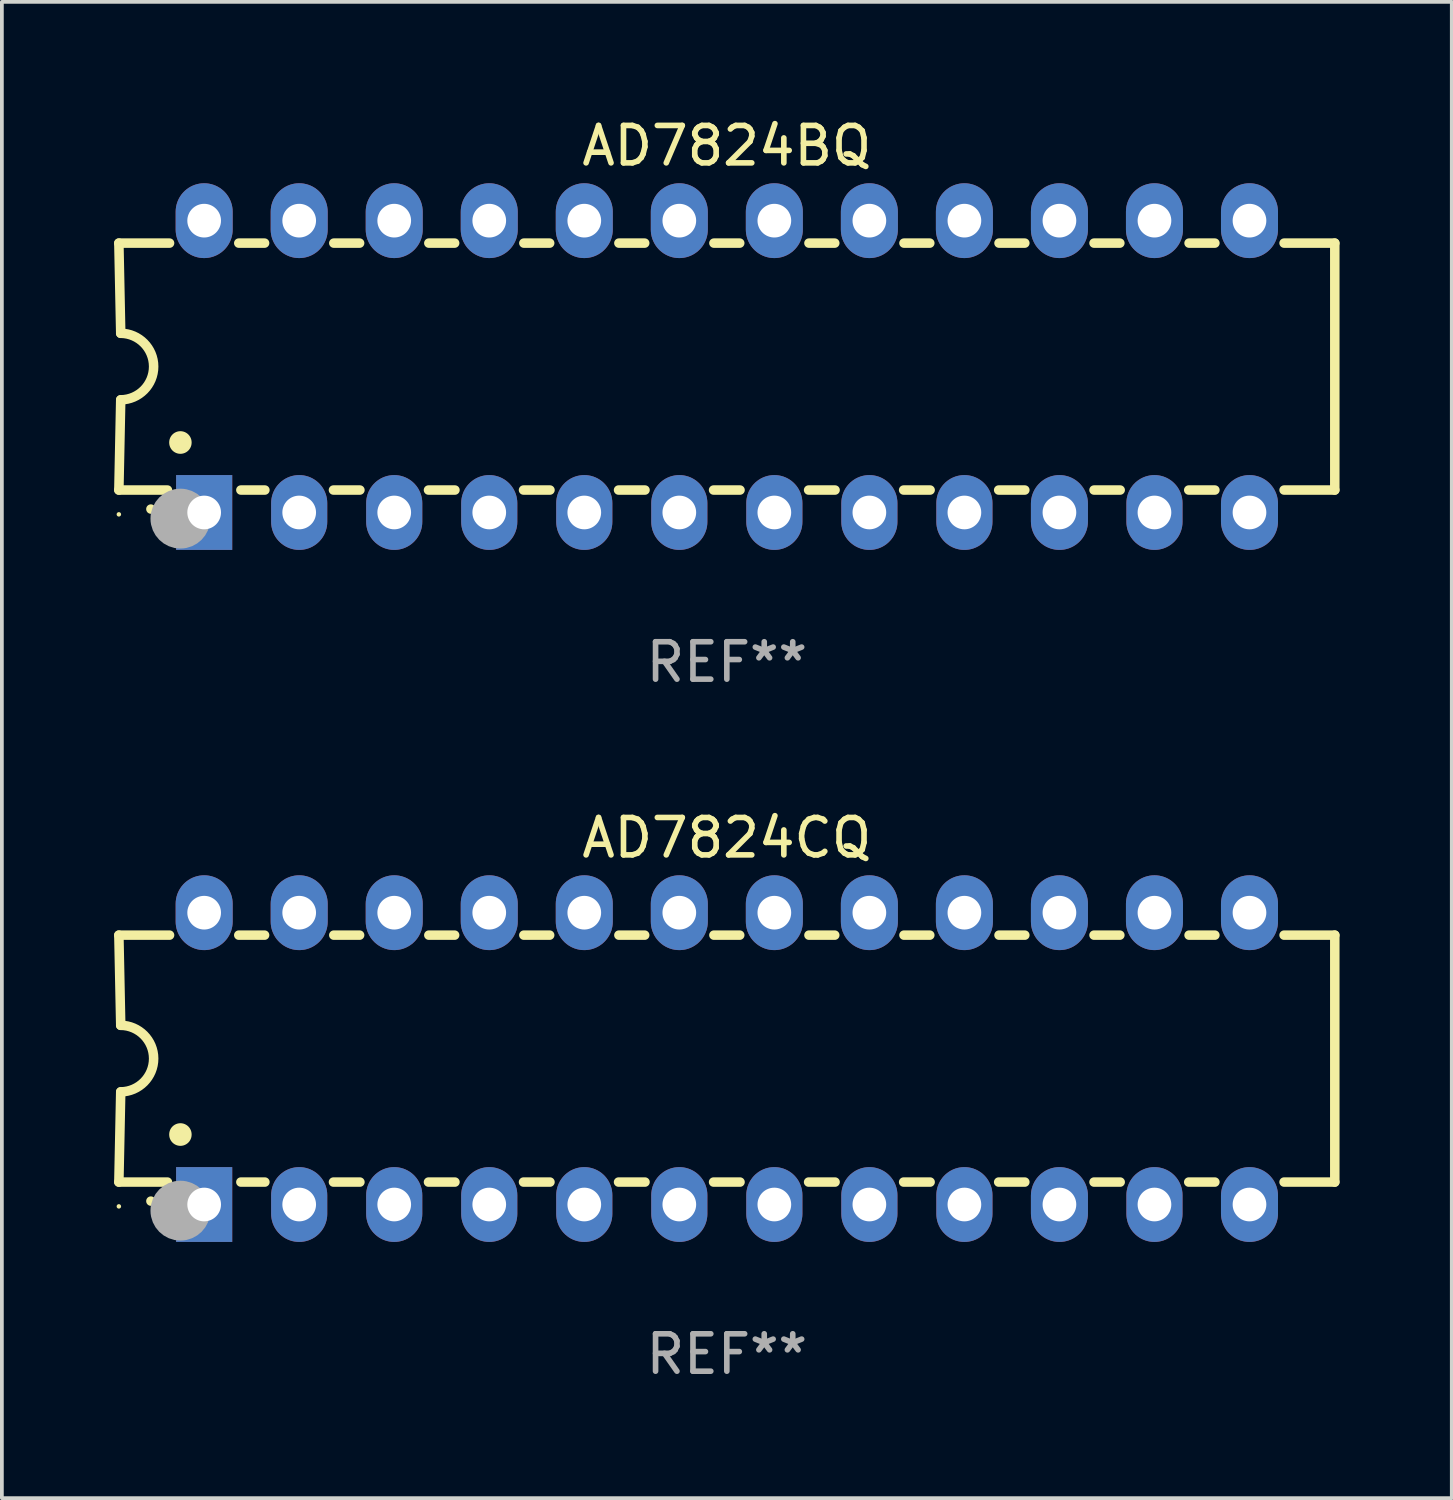
<source format=kicad_pcb>
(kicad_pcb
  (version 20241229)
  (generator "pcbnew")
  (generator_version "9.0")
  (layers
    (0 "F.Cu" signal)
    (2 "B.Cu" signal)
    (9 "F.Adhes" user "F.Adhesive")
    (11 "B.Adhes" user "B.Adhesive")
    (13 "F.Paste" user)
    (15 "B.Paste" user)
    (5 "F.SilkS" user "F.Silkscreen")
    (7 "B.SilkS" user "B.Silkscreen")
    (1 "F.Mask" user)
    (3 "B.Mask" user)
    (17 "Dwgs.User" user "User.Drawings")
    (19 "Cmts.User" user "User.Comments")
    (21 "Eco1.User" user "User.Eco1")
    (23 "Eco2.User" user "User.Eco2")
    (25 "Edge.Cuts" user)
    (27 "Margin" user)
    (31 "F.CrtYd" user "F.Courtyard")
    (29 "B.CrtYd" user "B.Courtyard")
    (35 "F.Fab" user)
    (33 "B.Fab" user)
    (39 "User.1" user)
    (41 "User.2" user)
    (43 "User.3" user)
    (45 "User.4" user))
  (footprint "AD7824BQ"
    (layer "F.Cu")
    (at 16.377 6.748)
    (property "Reference" "AD7824BQ" (at 0 -5.9 0) (layer "F.SilkS") (effects (font (size 1 1) (thickness 0.15))))
    (attr through_hole)
    (fp_line (start -16.25 -3.3) (end -16.2 -0.889) (stroke (width 0.254) (type solid)) (layer "F.SilkS"))
    (fp_line (start -16.25 -3.3) (end -14.895 -3.3) (stroke (width 0.254) (type solid)) (layer "F.SilkS"))
    (fp_line (start -16.25 3.3) (end -16.2 0.889) (stroke (width 0.254) (type solid)) (layer "F.SilkS"))
    (fp_line (start -16.25 3.3) (end -14.951 3.3) (stroke (width 0.254) (type solid)) (layer "F.SilkS"))
    (fp_line (start -13.045 -3.3) (end -12.355 -3.3) (stroke (width 0.254) (type solid)) (layer "F.SilkS"))
    (fp_line (start -12.989 3.3) (end -12.347 3.3) (stroke (width 0.254) (type solid)) (layer "F.SilkS"))
    (fp_line (start -10.514 3.3) (end -9.807 3.3) (stroke (width 0.254) (type solid)) (layer "F.SilkS"))
    (fp_line (start -10.505 -3.3) (end -9.815 -3.3) (stroke (width 0.254) (type solid)) (layer "F.SilkS"))
    (fp_line (start -7.974 3.3) (end -7.267 3.3) (stroke (width 0.254) (type solid)) (layer "F.SilkS"))
    (fp_line (start -7.965 -3.3) (end -7.275 -3.3) (stroke (width 0.254) (type solid)) (layer "F.SilkS"))
    (fp_line (start -5.434 3.3) (end -4.727 3.3) (stroke (width 0.254) (type solid)) (layer "F.SilkS"))
    (fp_line (start -5.425 -3.3) (end -4.735 -3.3) (stroke (width 0.254) (type solid)) (layer "F.SilkS"))
    (fp_line (start -2.894 3.3) (end -2.187 3.3) (stroke (width 0.254) (type solid)) (layer "F.SilkS"))
    (fp_line (start -2.885 -3.3) (end -2.195 -3.3) (stroke (width 0.254) (type solid)) (layer "F.SilkS"))
    (fp_line (start -0.354 3.3) (end 0.353 3.3) (stroke (width 0.254) (type solid)) (layer "F.SilkS"))
    (fp_line (start -0.345 -3.3) (end 0.345 -3.3) (stroke (width 0.254) (type solid)) (layer "F.SilkS"))
    (fp_line (start 2.186 3.3) (end 2.893 3.3) (stroke (width 0.254) (type solid)) (layer "F.SilkS"))
    (fp_line (start 2.195 -3.3) (end 2.885 -3.3) (stroke (width 0.254) (type solid)) (layer "F.SilkS"))
    (fp_line (start 4.726 3.3) (end 5.434 3.3) (stroke (width 0.254) (type solid)) (layer "F.SilkS"))
    (fp_line (start 4.735 -3.3) (end 5.425 -3.3) (stroke (width 0.254) (type solid)) (layer "F.SilkS"))
    (fp_line (start 7.266 3.3) (end 7.965 3.3) (stroke (width 0.254) (type solid)) (layer "F.SilkS"))
    (fp_line (start 7.275 -3.3) (end 7.965 -3.3) (stroke (width 0.254) (type solid)) (layer "F.SilkS"))
    (fp_line (start 9.815 -3.3) (end 10.505 -3.3) (stroke (width 0.254) (type solid)) (layer "F.SilkS"))
    (fp_line (start 9.815 3.3) (end 10.514 3.3) (stroke (width 0.254) (type solid)) (layer "F.SilkS"))
    (fp_line (start 12.346 3.3) (end 13.045 3.3) (stroke (width 0.254) (type solid)) (layer "F.SilkS"))
    (fp_line (start 12.355 -3.3) (end 13.045 -3.3) (stroke (width 0.254) (type solid)) (layer "F.SilkS"))
    (fp_line (start 16.25 -3.3) (end 14.895 -3.3) (stroke (width 0.254) (type solid)) (layer "F.SilkS"))
    (fp_line (start 16.25 -3.3) (end 16.25 3.3) (stroke (width 0.254) (type solid)) (layer "F.SilkS"))
    (fp_line (start 16.25 3.3) (end 14.895 3.3) (stroke (width 0.254) (type solid)) (layer "F.SilkS"))
    (fp_arc (start -16.201016 -0.890146) (mid -15.311429 -0.001055) (end -16.200025 0.889027) (stroke (width 0.254001) (type solid)) (layer "F.SilkS"))
    (fp_arc (start -15.394971 3.810033) (mid -15.394978 3.808763) (end -15.394971 3.807493) (stroke (width 0.25) (type solid)) (layer "F.SilkS"))
    (fp_arc (start -14.605029 2.032029) (mid -14.60504 2.029489) (end -14.605029 2.026949) (stroke (width 0.6) (type solid)) (layer "F.SilkS"))
    (fp_circle (center -16.25 3.95) (end -16.22 3.95) (stroke (width 0.06) (type solid)) (fill no) (layer "F.SilkS"))
    (fp_circle (center -14.605 4.064) (end -14.205 4.064) (stroke (width 0.8) (type solid)) (fill no) (layer "F.Fab"))
    (fp_text user "REF**" (at 0 7.9 0) (layer "F.Fab") (effects (font (size 1 1) (thickness 0.15))))
    (pad "1" thru_hole rect (at -13.97 3.9 90) (size 2 1.5) (drill 0.9) (layers "*.Cu" "*.Mask"))
    (pad "2" thru_hole oval (at -11.43 3.9 90) (size 2 1.5) (drill 0.9) (layers "*.Cu" "*.Mask"))
    (pad "3" thru_hole oval (at -8.89 3.9 90) (size 2 1.5) (drill 0.9) (layers "*.Cu" "*.Mask"))
    (pad "4" thru_hole oval (at -6.35 3.9 90) (size 2 1.5) (drill 0.9) (layers "*.Cu" "*.Mask"))
    (pad "5" thru_hole oval (at -3.81 3.9 90) (size 2 1.5) (drill 0.9) (layers "*.Cu" "*.Mask"))
    (pad "6" thru_hole oval (at -1.27 3.9 90) (size 2 1.5) (drill 0.9) (layers "*.Cu" "*.Mask"))
    (pad "7" thru_hole oval (at 1.27 3.9 90) (size 2 1.5) (drill 0.9) (layers "*.Cu" "*.Mask"))
    (pad "8" thru_hole oval (at 3.81 3.9 90) (size 2 1.5) (drill 0.9) (layers "*.Cu" "*.Mask"))
    (pad "9" thru_hole oval (at 6.35 3.9 90) (size 2 1.5) (drill 0.9) (layers "*.Cu" "*.Mask"))
    (pad "10" thru_hole oval (at 8.89 3.9 90) (size 2 1.524) (drill 0.9) (layers "*.Cu" "*.Mask"))
    (pad "11" thru_hole oval (at 11.43 3.9 90) (size 2 1.5) (drill 0.9) (layers "*.Cu" "*.Mask"))
    (pad "12" thru_hole oval (at 13.97 3.9 90) (size 2 1.524) (drill 0.9) (layers "*.Cu" "*.Mask"))
    (pad "13" thru_hole oval (at 13.97 -3.9 90) (size 2 1.524) (drill 0.9) (layers "*.Cu" "*.Mask"))
    (pad "14" thru_hole oval (at 11.43 -3.9 90) (size 2 1.524) (drill 0.9) (layers "*.Cu" "*.Mask"))
    (pad "15" thru_hole oval (at 8.89 -3.9 90) (size 2 1.524) (drill 0.9) (layers "*.Cu" "*.Mask"))
    (pad "16" thru_hole oval (at 6.35 -3.9 90) (size 2 1.524) (drill 0.9) (layers "*.Cu" "*.Mask"))
    (pad "17" thru_hole oval (at 3.81 -3.9 90) (size 2 1.524) (drill 0.9) (layers "*.Cu" "*.Mask"))
    (pad "18" thru_hole oval (at 1.27 -3.9 90) (size 2 1.524) (drill 0.9) (layers "*.Cu" "*.Mask"))
    (pad "19" thru_hole oval (at -1.27 -3.9 90) (size 2 1.524) (drill 0.9) (layers "*.Cu" "*.Mask"))
    (pad "20" thru_hole oval (at -3.81 -3.9 90) (size 2 1.524) (drill 0.9) (layers "*.Cu" "*.Mask"))
    (pad "21" thru_hole oval (at -6.35 -3.9 90) (size 2 1.524) (drill 0.9) (layers "*.Cu" "*.Mask"))
    (pad "22" thru_hole oval (at -8.89 -3.9 90) (size 2 1.524) (drill 0.9) (layers "*.Cu" "*.Mask"))
    (pad "23" thru_hole oval (at -11.43 -3.9 90) (size 2 1.524) (drill 0.9) (layers "*.Cu" "*.Mask"))
    (pad "24" thru_hole oval (at -13.97 -3.9 90) (size 2 1.524) (drill 0.9) (layers "*.Cu" "*.Mask")))
  (footprint "AD7824CQ"
    (layer "F.Cu")
    (at 16.377 25.245)
    (property "Reference" "AD7824CQ" (at 0 -5.9 0) (layer "F.SilkS") (effects (font (size 1 1) (thickness 0.15))))
    (attr through_hole)
    (fp_line (start -16.25 -3.3) (end -16.2 -0.889) (stroke (width 0.254) (type solid)) (layer "F.SilkS"))
    (fp_line (start -16.25 -3.3) (end -14.895 -3.3) (stroke (width 0.254) (type solid)) (layer "F.SilkS"))
    (fp_line (start -16.25 3.3) (end -16.2 0.889) (stroke (width 0.254) (type solid)) (layer "F.SilkS"))
    (fp_line (start -16.25 3.3) (end -14.951 3.3) (stroke (width 0.254) (type solid)) (layer "F.SilkS"))
    (fp_line (start -13.045 -3.3) (end -12.355 -3.3) (stroke (width 0.254) (type solid)) (layer "F.SilkS"))
    (fp_line (start -12.989 3.3) (end -12.347 3.3) (stroke (width 0.254) (type solid)) (layer "F.SilkS"))
    (fp_line (start -10.514 3.3) (end -9.807 3.3) (stroke (width 0.254) (type solid)) (layer "F.SilkS"))
    (fp_line (start -10.505 -3.3) (end -9.815 -3.3) (stroke (width 0.254) (type solid)) (layer "F.SilkS"))
    (fp_line (start -7.974 3.3) (end -7.267 3.3) (stroke (width 0.254) (type solid)) (layer "F.SilkS"))
    (fp_line (start -7.965 -3.3) (end -7.275 -3.3) (stroke (width 0.254) (type solid)) (layer "F.SilkS"))
    (fp_line (start -5.434 3.3) (end -4.727 3.3) (stroke (width 0.254) (type solid)) (layer "F.SilkS"))
    (fp_line (start -5.425 -3.3) (end -4.735 -3.3) (stroke (width 0.254) (type solid)) (layer "F.SilkS"))
    (fp_line (start -2.894 3.3) (end -2.187 3.3) (stroke (width 0.254) (type solid)) (layer "F.SilkS"))
    (fp_line (start -2.885 -3.3) (end -2.195 -3.3) (stroke (width 0.254) (type solid)) (layer "F.SilkS"))
    (fp_line (start -0.354 3.3) (end 0.353 3.3) (stroke (width 0.254) (type solid)) (layer "F.SilkS"))
    (fp_line (start -0.345 -3.3) (end 0.345 -3.3) (stroke (width 0.254) (type solid)) (layer "F.SilkS"))
    (fp_line (start 2.186 3.3) (end 2.893 3.3) (stroke (width 0.254) (type solid)) (layer "F.SilkS"))
    (fp_line (start 2.195 -3.3) (end 2.885 -3.3) (stroke (width 0.254) (type solid)) (layer "F.SilkS"))
    (fp_line (start 4.726 3.3) (end 5.434 3.3) (stroke (width 0.254) (type solid)) (layer "F.SilkS"))
    (fp_line (start 4.735 -3.3) (end 5.425 -3.3) (stroke (width 0.254) (type solid)) (layer "F.SilkS"))
    (fp_line (start 7.266 3.3) (end 7.965 3.3) (stroke (width 0.254) (type solid)) (layer "F.SilkS"))
    (fp_line (start 7.275 -3.3) (end 7.965 -3.3) (stroke (width 0.254) (type solid)) (layer "F.SilkS"))
    (fp_line (start 9.815 -3.3) (end 10.505 -3.3) (stroke (width 0.254) (type solid)) (layer "F.SilkS"))
    (fp_line (start 9.815 3.3) (end 10.514 3.3) (stroke (width 0.254) (type solid)) (layer "F.SilkS"))
    (fp_line (start 12.346 3.3) (end 13.045 3.3) (stroke (width 0.254) (type solid)) (layer "F.SilkS"))
    (fp_line (start 12.355 -3.3) (end 13.045 -3.3) (stroke (width 0.254) (type solid)) (layer "F.SilkS"))
    (fp_line (start 16.25 -3.3) (end 14.895 -3.3) (stroke (width 0.254) (type solid)) (layer "F.SilkS"))
    (fp_line (start 16.25 -3.3) (end 16.25 3.3) (stroke (width 0.254) (type solid)) (layer "F.SilkS"))
    (fp_line (start 16.25 3.3) (end 14.895 3.3) (stroke (width 0.254) (type solid)) (layer "F.SilkS"))
    (fp_arc (start -16.201016 -0.890146) (mid -15.311429 -0.001055) (end -16.200025 0.889027) (stroke (width 0.254001) (type solid)) (layer "F.SilkS"))
    (fp_arc (start -15.394971 3.810033) (mid -15.394978 3.808763) (end -15.394971 3.807493) (stroke (width 0.25) (type solid)) (layer "F.SilkS"))
    (fp_arc (start -14.605029 2.032029) (mid -14.60504 2.029489) (end -14.605029 2.026949) (stroke (width 0.6) (type solid)) (layer "F.SilkS"))
    (fp_circle (center -16.25 3.95) (end -16.22 3.95) (stroke (width 0.06) (type solid)) (fill no) (layer "F.SilkS"))
    (fp_circle (center -14.605 4.064) (end -14.205 4.064) (stroke (width 0.8) (type solid)) (fill no) (layer "F.Fab"))
    (fp_text user "REF**" (at 0 7.9 0) (layer "F.Fab") (effects (font (size 1 1) (thickness 0.15))))
    (pad "1" thru_hole rect (at -13.97 3.9 90) (size 2 1.5) (drill 0.9) (layers "*.Cu" "*.Mask"))
    (pad "2" thru_hole oval (at -11.43 3.9 90) (size 2 1.5) (drill 0.9) (layers "*.Cu" "*.Mask"))
    (pad "3" thru_hole oval (at -8.89 3.9 90) (size 2 1.5) (drill 0.9) (layers "*.Cu" "*.Mask"))
    (pad "4" thru_hole oval (at -6.35 3.9 90) (size 2 1.5) (drill 0.9) (layers "*.Cu" "*.Mask"))
    (pad "5" thru_hole oval (at -3.81 3.9 90) (size 2 1.5) (drill 0.9) (layers "*.Cu" "*.Mask"))
    (pad "6" thru_hole oval (at -1.27 3.9 90) (size 2 1.5) (drill 0.9) (layers "*.Cu" "*.Mask"))
    (pad "7" thru_hole oval (at 1.27 3.9 90) (size 2 1.5) (drill 0.9) (layers "*.Cu" "*.Mask"))
    (pad "8" thru_hole oval (at 3.81 3.9 90) (size 2 1.5) (drill 0.9) (layers "*.Cu" "*.Mask"))
    (pad "9" thru_hole oval (at 6.35 3.9 90) (size 2 1.5) (drill 0.9) (layers "*.Cu" "*.Mask"))
    (pad "10" thru_hole oval (at 8.89 3.9 90) (size 2 1.524) (drill 0.9) (layers "*.Cu" "*.Mask"))
    (pad "11" thru_hole oval (at 11.43 3.9 90) (size 2 1.5) (drill 0.9) (layers "*.Cu" "*.Mask"))
    (pad "12" thru_hole oval (at 13.97 3.9 90) (size 2 1.524) (drill 0.9) (layers "*.Cu" "*.Mask"))
    (pad "13" thru_hole oval (at 13.97 -3.9 90) (size 2 1.524) (drill 0.9) (layers "*.Cu" "*.Mask"))
    (pad "14" thru_hole oval (at 11.43 -3.9 90) (size 2 1.524) (drill 0.9) (layers "*.Cu" "*.Mask"))
    (pad "15" thru_hole oval (at 8.89 -3.9 90) (size 2 1.524) (drill 0.9) (layers "*.Cu" "*.Mask"))
    (pad "16" thru_hole oval (at 6.35 -3.9 90) (size 2 1.524) (drill 0.9) (layers "*.Cu" "*.Mask"))
    (pad "17" thru_hole oval (at 3.81 -3.9 90) (size 2 1.524) (drill 0.9) (layers "*.Cu" "*.Mask"))
    (pad "18" thru_hole oval (at 1.27 -3.9 90) (size 2 1.524) (drill 0.9) (layers "*.Cu" "*.Mask"))
    (pad "19" thru_hole oval (at -1.27 -3.9 90) (size 2 1.524) (drill 0.9) (layers "*.Cu" "*.Mask"))
    (pad "20" thru_hole oval (at -3.81 -3.9 90) (size 2 1.524) (drill 0.9) (layers "*.Cu" "*.Mask"))
    (pad "21" thru_hole oval (at -6.35 -3.9 90) (size 2 1.524) (drill 0.9) (layers "*.Cu" "*.Mask"))
    (pad "22" thru_hole oval (at -8.89 -3.9 90) (size 2 1.524) (drill 0.9) (layers "*.Cu" "*.Mask"))
    (pad "23" thru_hole oval (at -11.43 -3.9 90) (size 2 1.524) (drill 0.9) (layers "*.Cu" "*.Mask"))
    (pad "24" thru_hole oval (at -13.97 -3.9 90) (size 2 1.524) (drill 0.9) (layers "*.Cu" "*.Mask")))
  (gr_rect
    (start -3 -3)
    (end 35.754 36.993)
    (stroke (width 0.1) (type default))
    (fill no)
    (layer "Edge.Cuts")))
</source>
